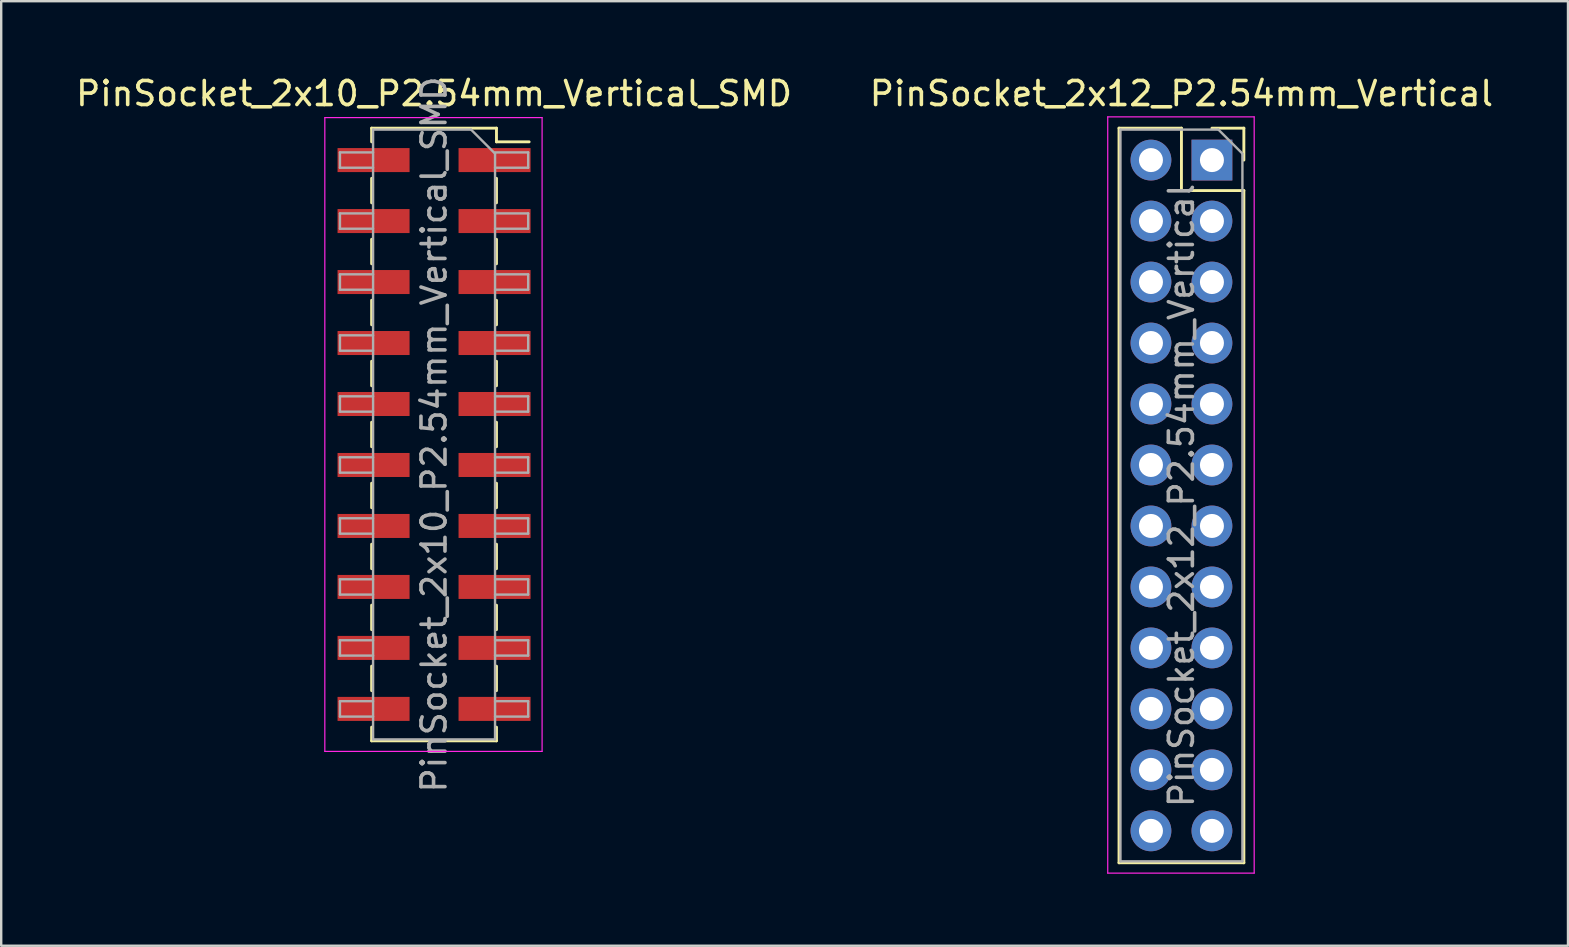
<source format=kicad_pcb>
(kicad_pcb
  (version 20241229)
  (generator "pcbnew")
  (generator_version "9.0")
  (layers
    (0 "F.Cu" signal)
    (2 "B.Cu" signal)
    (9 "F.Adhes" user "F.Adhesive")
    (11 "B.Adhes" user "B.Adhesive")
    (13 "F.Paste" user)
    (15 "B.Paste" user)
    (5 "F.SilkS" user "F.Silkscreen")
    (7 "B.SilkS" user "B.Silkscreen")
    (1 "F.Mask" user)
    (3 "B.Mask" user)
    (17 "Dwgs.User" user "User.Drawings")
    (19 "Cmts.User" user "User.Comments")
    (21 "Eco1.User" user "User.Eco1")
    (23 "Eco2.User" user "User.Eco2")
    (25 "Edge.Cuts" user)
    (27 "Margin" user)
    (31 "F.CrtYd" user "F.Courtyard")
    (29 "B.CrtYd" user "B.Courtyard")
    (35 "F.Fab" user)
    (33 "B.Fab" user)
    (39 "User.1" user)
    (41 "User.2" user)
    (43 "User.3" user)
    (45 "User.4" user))
  (footprint "PinSocket_2x12_P2.54mm_Vertical"
    (layer "F.Cu")
    (at 47.431 3.618)
    (property "Reference" "PinSocket_2x12_P2.54mm_Vertical" (at -1.27 -2.77 0) (layer "F.SilkS") (effects (font (size 1 1) (thickness 0.15))))
    (attr through_hole)
    (fp_line (start -3.87 -1.33) (end -3.87 29.27) (stroke (width 0.12) (type solid)) (layer "F.SilkS"))
    (fp_line (start -3.87 -1.33) (end -1.27 -1.33) (stroke (width 0.12) (type solid)) (layer "F.SilkS"))
    (fp_line (start -3.87 29.27) (end 1.33 29.27) (stroke (width 0.12) (type solid)) (layer "F.SilkS"))
    (fp_line (start -1.27 -1.33) (end -1.27 1.27) (stroke (width 0.12) (type solid)) (layer "F.SilkS"))
    (fp_line (start -1.27 1.27) (end 1.33 1.27) (stroke (width 0.12) (type solid)) (layer "F.SilkS"))
    (fp_line (start 0 -1.33) (end 1.33 -1.33) (stroke (width 0.12) (type solid)) (layer "F.SilkS"))
    (fp_line (start 1.33 -1.33) (end 1.33 0) (stroke (width 0.12) (type solid)) (layer "F.SilkS"))
    (fp_line (start 1.33 1.27) (end 1.33 29.27) (stroke (width 0.12) (type solid)) (layer "F.SilkS"))
    (fp_line (start -4.34 -1.8) (end 1.76 -1.8) (stroke (width 0.05) (type solid)) (layer "F.CrtYd"))
    (fp_line (start -4.34 29.7) (end -4.34 -1.8) (stroke (width 0.05) (type solid)) (layer "F.CrtYd"))
    (fp_line (start 1.76 -1.8) (end 1.76 29.7) (stroke (width 0.05) (type solid)) (layer "F.CrtYd"))
    (fp_line (start 1.76 29.7) (end -4.34 29.7) (stroke (width 0.05) (type solid)) (layer "F.CrtYd"))
    (fp_line (start -3.81 -1.27) (end 0.27 -1.27) (stroke (width 0.1) (type solid)) (layer "F.Fab"))
    (fp_line (start -3.81 29.21) (end -3.81 -1.27) (stroke (width 0.1) (type solid)) (layer "F.Fab"))
    (fp_line (start 0.27 -1.27) (end 1.27 -0.27) (stroke (width 0.1) (type solid)) (layer "F.Fab"))
    (fp_line (start 1.27 -0.27) (end 1.27 29.21) (stroke (width 0.1) (type solid)) (layer "F.Fab"))
    (fp_line (start 1.27 29.21) (end -3.81 29.21) (stroke (width 0.1) (type solid)) (layer "F.Fab"))
    (fp_text user "${REFERENCE}" (at -1.27 13.97 90) (layer "F.Fab") (effects (font (size 1 1) (thickness 0.15))))
    (pad "1" thru_hole rect (at 0 0) (size 1.7 1.7) (drill 1) (layers "*.Cu" "*.Mask"))
    (pad "2" thru_hole oval (at -2.54 0) (size 1.7 1.7) (drill 1) (layers "*.Cu" "*.Mask"))
    (pad "3" thru_hole oval (at 0 2.54) (size 1.7 1.7) (drill 1) (layers "*.Cu" "*.Mask"))
    (pad "4" thru_hole oval (at -2.54 2.54) (size 1.7 1.7) (drill 1) (layers "*.Cu" "*.Mask"))
    (pad "5" thru_hole oval (at 0 5.08) (size 1.7 1.7) (drill 1) (layers "*.Cu" "*.Mask"))
    (pad "6" thru_hole oval (at -2.54 5.08) (size 1.7 1.7) (drill 1) (layers "*.Cu" "*.Mask"))
    (pad "7" thru_hole oval (at 0 7.62) (size 1.7 1.7) (drill 1) (layers "*.Cu" "*.Mask"))
    (pad "8" thru_hole oval (at -2.54 7.62) (size 1.7 1.7) (drill 1) (layers "*.Cu" "*.Mask"))
    (pad "9" thru_hole oval (at 0 10.16) (size 1.7 1.7) (drill 1) (layers "*.Cu" "*.Mask"))
    (pad "10" thru_hole oval (at -2.54 10.16) (size 1.7 1.7) (drill 1) (layers "*.Cu" "*.Mask"))
    (pad "11" thru_hole oval (at 0 12.7) (size 1.7 1.7) (drill 1) (layers "*.Cu" "*.Mask"))
    (pad "12" thru_hole oval (at -2.54 12.7) (size 1.7 1.7) (drill 1) (layers "*.Cu" "*.Mask"))
    (pad "13" thru_hole oval (at 0 15.24) (size 1.7 1.7) (drill 1) (layers "*.Cu" "*.Mask"))
    (pad "14" thru_hole oval (at -2.54 15.24) (size 1.7 1.7) (drill 1) (layers "*.Cu" "*.Mask"))
    (pad "15" thru_hole oval (at 0 17.78) (size 1.7 1.7) (drill 1) (layers "*.Cu" "*.Mask"))
    (pad "16" thru_hole oval (at -2.54 17.78) (size 1.7 1.7) (drill 1) (layers "*.Cu" "*.Mask"))
    (pad "17" thru_hole oval (at 0 20.32) (size 1.7 1.7) (drill 1) (layers "*.Cu" "*.Mask"))
    (pad "18" thru_hole oval (at -2.54 20.32) (size 1.7 1.7) (drill 1) (layers "*.Cu" "*.Mask"))
    (pad "19" thru_hole oval (at 0 22.86) (size 1.7 1.7) (drill 1) (layers "*.Cu" "*.Mask"))
    (pad "20" thru_hole oval (at -2.54 22.86) (size 1.7 1.7) (drill 1) (layers "*.Cu" "*.Mask"))
    (pad "21" thru_hole oval (at 0 25.4) (size 1.7 1.7) (drill 1) (layers "*.Cu" "*.Mask"))
    (pad "22" thru_hole oval (at -2.54 25.4) (size 1.7 1.7) (drill 1) (layers "*.Cu" "*.Mask"))
    (pad "23" thru_hole oval (at 0 27.94) (size 1.7 1.7) (drill 1) (layers "*.Cu" "*.Mask"))
    (pad "24" thru_hole oval (at -2.54 27.94) (size 1.7 1.7) (drill 1) (layers "*.Cu" "*.Mask")))
  (footprint "PinSocket_2x10_P2.54mm_Vertical_SMD"
    (layer "F.Cu")
    (at 15.03 15.048)
    (property "Reference" "PinSocket_2x10_P2.54mm_Vertical_SMD" (at 0 -14.2 0) (layer "F.SilkS") (effects (font (size 1 1) (thickness 0.15))))
    (attr smd)
    (fp_line (start -2.6 -12.76) (end -2.6 -12.19) (stroke (width 0.12) (type solid)) (layer "F.SilkS"))
    (fp_line (start -2.6 -12.76) (end 2.6 -12.76) (stroke (width 0.12) (type solid)) (layer "F.SilkS"))
    (fp_line (start -2.6 -10.67) (end -2.6 -9.65) (stroke (width 0.12) (type solid)) (layer "F.SilkS"))
    (fp_line (start -2.6 -8.13) (end -2.6 -7.11) (stroke (width 0.12) (type solid)) (layer "F.SilkS"))
    (fp_line (start -2.6 -5.59) (end -2.6 -4.57) (stroke (width 0.12) (type solid)) (layer "F.SilkS"))
    (fp_line (start -2.6 -3.05) (end -2.6 -2.03) (stroke (width 0.12) (type solid)) (layer "F.SilkS"))
    (fp_line (start -2.6 -0.51) (end -2.6 0.51) (stroke (width 0.12) (type solid)) (layer "F.SilkS"))
    (fp_line (start -2.6 2.03) (end -2.6 3.05) (stroke (width 0.12) (type solid)) (layer "F.SilkS"))
    (fp_line (start -2.6 4.57) (end -2.6 5.59) (stroke (width 0.12) (type solid)) (layer "F.SilkS"))
    (fp_line (start -2.6 7.11) (end -2.6 8.13) (stroke (width 0.12) (type solid)) (layer "F.SilkS"))
    (fp_line (start -2.6 9.65) (end -2.6 10.67) (stroke (width 0.12) (type solid)) (layer "F.SilkS"))
    (fp_line (start -2.6 12.19) (end -2.6 12.76) (stroke (width 0.12) (type solid)) (layer "F.SilkS"))
    (fp_line (start -2.6 12.76) (end 2.6 12.76) (stroke (width 0.12) (type solid)) (layer "F.SilkS"))
    (fp_line (start 2.6 -12.76) (end 2.6 -12.19) (stroke (width 0.12) (type solid)) (layer "F.SilkS"))
    (fp_line (start 2.6 -12.19) (end 3.96 -12.19) (stroke (width 0.12) (type solid)) (layer "F.SilkS"))
    (fp_line (start 2.6 -10.67) (end 2.6 -9.65) (stroke (width 0.12) (type solid)) (layer "F.SilkS"))
    (fp_line (start 2.6 -8.13) (end 2.6 -7.11) (stroke (width 0.12) (type solid)) (layer "F.SilkS"))
    (fp_line (start 2.6 -5.59) (end 2.6 -4.57) (stroke (width 0.12) (type solid)) (layer "F.SilkS"))
    (fp_line (start 2.6 -3.05) (end 2.6 -2.03) (stroke (width 0.12) (type solid)) (layer "F.SilkS"))
    (fp_line (start 2.6 -0.51) (end 2.6 0.51) (stroke (width 0.12) (type solid)) (layer "F.SilkS"))
    (fp_line (start 2.6 2.03) (end 2.6 3.05) (stroke (width 0.12) (type solid)) (layer "F.SilkS"))
    (fp_line (start 2.6 4.57) (end 2.6 5.59) (stroke (width 0.12) (type solid)) (layer "F.SilkS"))
    (fp_line (start 2.6 7.11) (end 2.6 8.13) (stroke (width 0.12) (type solid)) (layer "F.SilkS"))
    (fp_line (start 2.6 9.65) (end 2.6 10.67) (stroke (width 0.12) (type solid)) (layer "F.SilkS"))
    (fp_line (start 2.6 12.19) (end 2.6 12.76) (stroke (width 0.12) (type solid)) (layer "F.SilkS"))
    (fp_line (start -4.55 -13.2) (end 4.5 -13.2) (stroke (width 0.05) (type solid)) (layer "F.CrtYd"))
    (fp_line (start -4.55 13.2) (end -4.55 -13.2) (stroke (width 0.05) (type solid)) (layer "F.CrtYd"))
    (fp_line (start 4.5 -13.2) (end 4.5 13.2) (stroke (width 0.05) (type solid)) (layer "F.CrtYd"))
    (fp_line (start 4.5 13.2) (end -4.55 13.2) (stroke (width 0.05) (type solid)) (layer "F.CrtYd"))
    (fp_line (start -3.92 -11.75) (end -2.54 -11.75) (stroke (width 0.1) (type solid)) (layer "F.Fab"))
    (fp_line (start -3.92 -11.11) (end -3.92 -11.75) (stroke (width 0.1) (type solid)) (layer "F.Fab"))
    (fp_line (start -3.92 -9.21) (end -2.54 -9.21) (stroke (width 0.1) (type solid)) (layer "F.Fab"))
    (fp_line (start -3.92 -8.57) (end -3.92 -9.21) (stroke (width 0.1) (type solid)) (layer "F.Fab"))
    (fp_line (start -3.92 -6.67) (end -2.54 -6.67) (stroke (width 0.1) (type solid)) (layer "F.Fab"))
    (fp_line (start -3.92 -6.03) (end -3.92 -6.67) (stroke (width 0.1) (type solid)) (layer "F.Fab"))
    (fp_line (start -3.92 -4.13) (end -2.54 -4.13) (stroke (width 0.1) (type solid)) (layer "F.Fab"))
    (fp_line (start -3.92 -3.49) (end -3.92 -4.13) (stroke (width 0.1) (type solid)) (layer "F.Fab"))
    (fp_line (start -3.92 -1.59) (end -2.54 -1.59) (stroke (width 0.1) (type solid)) (layer "F.Fab"))
    (fp_line (start -3.92 -0.95) (end -3.92 -1.59) (stroke (width 0.1) (type solid)) (layer "F.Fab"))
    (fp_line (start -3.92 0.95) (end -2.54 0.95) (stroke (width 0.1) (type solid)) (layer "F.Fab"))
    (fp_line (start -3.92 1.59) (end -3.92 0.95) (stroke (width 0.1) (type solid)) (layer "F.Fab"))
    (fp_line (start -3.92 3.49) (end -2.54 3.49) (stroke (width 0.1) (type solid)) (layer "F.Fab"))
    (fp_line (start -3.92 4.13) (end -3.92 3.49) (stroke (width 0.1) (type solid)) (layer "F.Fab"))
    (fp_line (start -3.92 6.03) (end -2.54 6.03) (stroke (width 0.1) (type solid)) (layer "F.Fab"))
    (fp_line (start -3.92 6.67) (end -3.92 6.03) (stroke (width 0.1) (type solid)) (layer "F.Fab"))
    (fp_line (start -3.92 8.57) (end -2.54 8.57) (stroke (width 0.1) (type solid)) (layer "F.Fab"))
    (fp_line (start -3.92 9.21) (end -3.92 8.57) (stroke (width 0.1) (type solid)) (layer "F.Fab"))
    (fp_line (start -3.92 11.11) (end -2.54 11.11) (stroke (width 0.1) (type solid)) (layer "F.Fab"))
    (fp_line (start -3.92 11.75) (end -3.92 11.11) (stroke (width 0.1) (type solid)) (layer "F.Fab"))
    (fp_line (start -2.54 -12.7) (end 1.54 -12.7) (stroke (width 0.1) (type solid)) (layer "F.Fab"))
    (fp_line (start -2.54 -11.11) (end -3.92 -11.11) (stroke (width 0.1) (type solid)) (layer "F.Fab"))
    (fp_line (start -2.54 -8.57) (end -3.92 -8.57) (stroke (width 0.1) (type solid)) (layer "F.Fab"))
    (fp_line (start -2.54 -6.03) (end -3.92 -6.03) (stroke (width 0.1) (type solid)) (layer "F.Fab"))
    (fp_line (start -2.54 -3.49) (end -3.92 -3.49) (stroke (width 0.1) (type solid)) (layer "F.Fab"))
    (fp_line (start -2.54 -0.95) (end -3.92 -0.95) (stroke (width 0.1) (type solid)) (layer "F.Fab"))
    (fp_line (start -2.54 1.59) (end -3.92 1.59) (stroke (width 0.1) (type solid)) (layer "F.Fab"))
    (fp_line (start -2.54 4.13) (end -3.92 4.13) (stroke (width 0.1) (type solid)) (layer "F.Fab"))
    (fp_line (start -2.54 6.67) (end -3.92 6.67) (stroke (width 0.1) (type solid)) (layer "F.Fab"))
    (fp_line (start -2.54 9.21) (end -3.92 9.21) (stroke (width 0.1) (type solid)) (layer "F.Fab"))
    (fp_line (start -2.54 11.75) (end -3.92 11.75) (stroke (width 0.1) (type solid)) (layer "F.Fab"))
    (fp_line (start -2.54 12.7) (end -2.54 -12.7) (stroke (width 0.1) (type solid)) (layer "F.Fab"))
    (fp_line (start 1.54 -12.7) (end 2.54 -11.7) (stroke (width 0.1) (type solid)) (layer "F.Fab"))
    (fp_line (start 2.54 -11.75) (end 3.92 -11.75) (stroke (width 0.1) (type solid)) (layer "F.Fab"))
    (fp_line (start 2.54 -11.7) (end 2.54 12.7) (stroke (width 0.1) (type solid)) (layer "F.Fab"))
    (fp_line (start 2.54 -9.21) (end 3.92 -9.21) (stroke (width 0.1) (type solid)) (layer "F.Fab"))
    (fp_line (start 2.54 -6.67) (end 3.92 -6.67) (stroke (width 0.1) (type solid)) (layer "F.Fab"))
    (fp_line (start 2.54 -4.13) (end 3.92 -4.13) (stroke (width 0.1) (type solid)) (layer "F.Fab"))
    (fp_line (start 2.54 -1.59) (end 3.92 -1.59) (stroke (width 0.1) (type solid)) (layer "F.Fab"))
    (fp_line (start 2.54 0.95) (end 3.92 0.95) (stroke (width 0.1) (type solid)) (layer "F.Fab"))
    (fp_line (start 2.54 3.49) (end 3.92 3.49) (stroke (width 0.1) (type solid)) (layer "F.Fab"))
    (fp_line (start 2.54 6.03) (end 3.92 6.03) (stroke (width 0.1) (type solid)) (layer "F.Fab"))
    (fp_line (start 2.54 8.57) (end 3.92 8.57) (stroke (width 0.1) (type solid)) (layer "F.Fab"))
    (fp_line (start 2.54 11.11) (end 3.92 11.11) (stroke (width 0.1) (type solid)) (layer "F.Fab"))
    (fp_line (start 2.54 12.7) (end -2.54 12.7) (stroke (width 0.1) (type solid)) (layer "F.Fab"))
    (fp_line (start 3.92 -11.75) (end 3.92 -11.11) (stroke (width 0.1) (type solid)) (layer "F.Fab"))
    (fp_line (start 3.92 -11.11) (end 2.54 -11.11) (stroke (width 0.1) (type solid)) (layer "F.Fab"))
    (fp_line (start 3.92 -9.21) (end 3.92 -8.57) (stroke (width 0.1) (type solid)) (layer "F.Fab"))
    (fp_line (start 3.92 -8.57) (end 2.54 -8.57) (stroke (width 0.1) (type solid)) (layer "F.Fab"))
    (fp_line (start 3.92 -6.67) (end 3.92 -6.03) (stroke (width 0.1) (type solid)) (layer "F.Fab"))
    (fp_line (start 3.92 -6.03) (end 2.54 -6.03) (stroke (width 0.1) (type solid)) (layer "F.Fab"))
    (fp_line (start 3.92 -4.13) (end 3.92 -3.49) (stroke (width 0.1) (type solid)) (layer "F.Fab"))
    (fp_line (start 3.92 -3.49) (end 2.54 -3.49) (stroke (width 0.1) (type solid)) (layer "F.Fab"))
    (fp_line (start 3.92 -1.59) (end 3.92 -0.95) (stroke (width 0.1) (type solid)) (layer "F.Fab"))
    (fp_line (start 3.92 -0.95) (end 2.54 -0.95) (stroke (width 0.1) (type solid)) (layer "F.Fab"))
    (fp_line (start 3.92 0.95) (end 3.92 1.59) (stroke (width 0.1) (type solid)) (layer "F.Fab"))
    (fp_line (start 3.92 1.59) (end 2.54 1.59) (stroke (width 0.1) (type solid)) (layer "F.Fab"))
    (fp_line (start 3.92 3.49) (end 3.92 4.13) (stroke (width 0.1) (type solid)) (layer "F.Fab"))
    (fp_line (start 3.92 4.13) (end 2.54 4.13) (stroke (width 0.1) (type solid)) (layer "F.Fab"))
    (fp_line (start 3.92 6.03) (end 3.92 6.67) (stroke (width 0.1) (type solid)) (layer "F.Fab"))
    (fp_line (start 3.92 6.67) (end 2.54 6.67) (stroke (width 0.1) (type solid)) (layer "F.Fab"))
    (fp_line (start 3.92 8.57) (end 3.92 9.21) (stroke (width 0.1) (type solid)) (layer "F.Fab"))
    (fp_line (start 3.92 9.21) (end 2.54 9.21) (stroke (width 0.1) (type solid)) (layer "F.Fab"))
    (fp_line (start 3.92 11.11) (end 3.92 11.75) (stroke (width 0.1) (type solid)) (layer "F.Fab"))
    (fp_line (start 3.92 11.75) (end 2.54 11.75) (stroke (width 0.1) (type solid)) (layer "F.Fab"))
    (fp_text user "${REFERENCE}" (at 0 0 90) (layer "F.Fab") (effects (font (size 1 1) (thickness 0.15))))
    (pad "1" smd rect (at 2.52 -11.43) (size 3 1) (layers "F.Cu" "F.Mask" "F.Paste"))
    (pad "2" smd rect (at -2.52 -11.43) (size 3 1) (layers "F.Cu" "F.Mask" "F.Paste"))
    (pad "3" smd rect (at 2.52 -8.89) (size 3 1) (layers "F.Cu" "F.Mask" "F.Paste"))
    (pad "4" smd rect (at -2.52 -8.89) (size 3 1) (layers "F.Cu" "F.Mask" "F.Paste"))
    (pad "5" smd rect (at 2.52 -6.35) (size 3 1) (layers "F.Cu" "F.Mask" "F.Paste"))
    (pad "6" smd rect (at -2.52 -6.35) (size 3 1) (layers "F.Cu" "F.Mask" "F.Paste"))
    (pad "7" smd rect (at 2.52 -3.81) (size 3 1) (layers "F.Cu" "F.Mask" "F.Paste"))
    (pad "8" smd rect (at -2.52 -3.81) (size 3 1) (layers "F.Cu" "F.Mask" "F.Paste"))
    (pad "9" smd rect (at 2.52 -1.27) (size 3 1) (layers "F.Cu" "F.Mask" "F.Paste"))
    (pad "10" smd rect (at -2.52 -1.27) (size 3 1) (layers "F.Cu" "F.Mask" "F.Paste"))
    (pad "11" smd rect (at 2.52 1.27) (size 3 1) (layers "F.Cu" "F.Mask" "F.Paste"))
    (pad "12" smd rect (at -2.52 1.27) (size 3 1) (layers "F.Cu" "F.Mask" "F.Paste"))
    (pad "13" smd rect (at 2.52 3.81) (size 3 1) (layers "F.Cu" "F.Mask" "F.Paste"))
    (pad "14" smd rect (at -2.52 3.81) (size 3 1) (layers "F.Cu" "F.Mask" "F.Paste"))
    (pad "15" smd rect (at 2.52 6.35) (size 3 1) (layers "F.Cu" "F.Mask" "F.Paste"))
    (pad "16" smd rect (at -2.52 6.35) (size 3 1) (layers "F.Cu" "F.Mask" "F.Paste"))
    (pad "17" smd rect (at 2.52 8.89) (size 3 1) (layers "F.Cu" "F.Mask" "F.Paste"))
    (pad "18" smd rect (at -2.52 8.89) (size 3 1) (layers "F.Cu" "F.Mask" "F.Paste"))
    (pad "19" smd rect (at 2.52 11.43) (size 3 1) (layers "F.Cu" "F.Mask" "F.Paste"))
    (pad "20" smd rect (at -2.52 11.43) (size 3 1) (layers "F.Cu" "F.Mask" "F.Paste")))
  (gr_rect
    (start -3 -3)
    (end 62.262 36.343)
    (stroke (width 0.1) (type default))
    (fill no)
    (layer "Edge.Cuts")))
</source>
